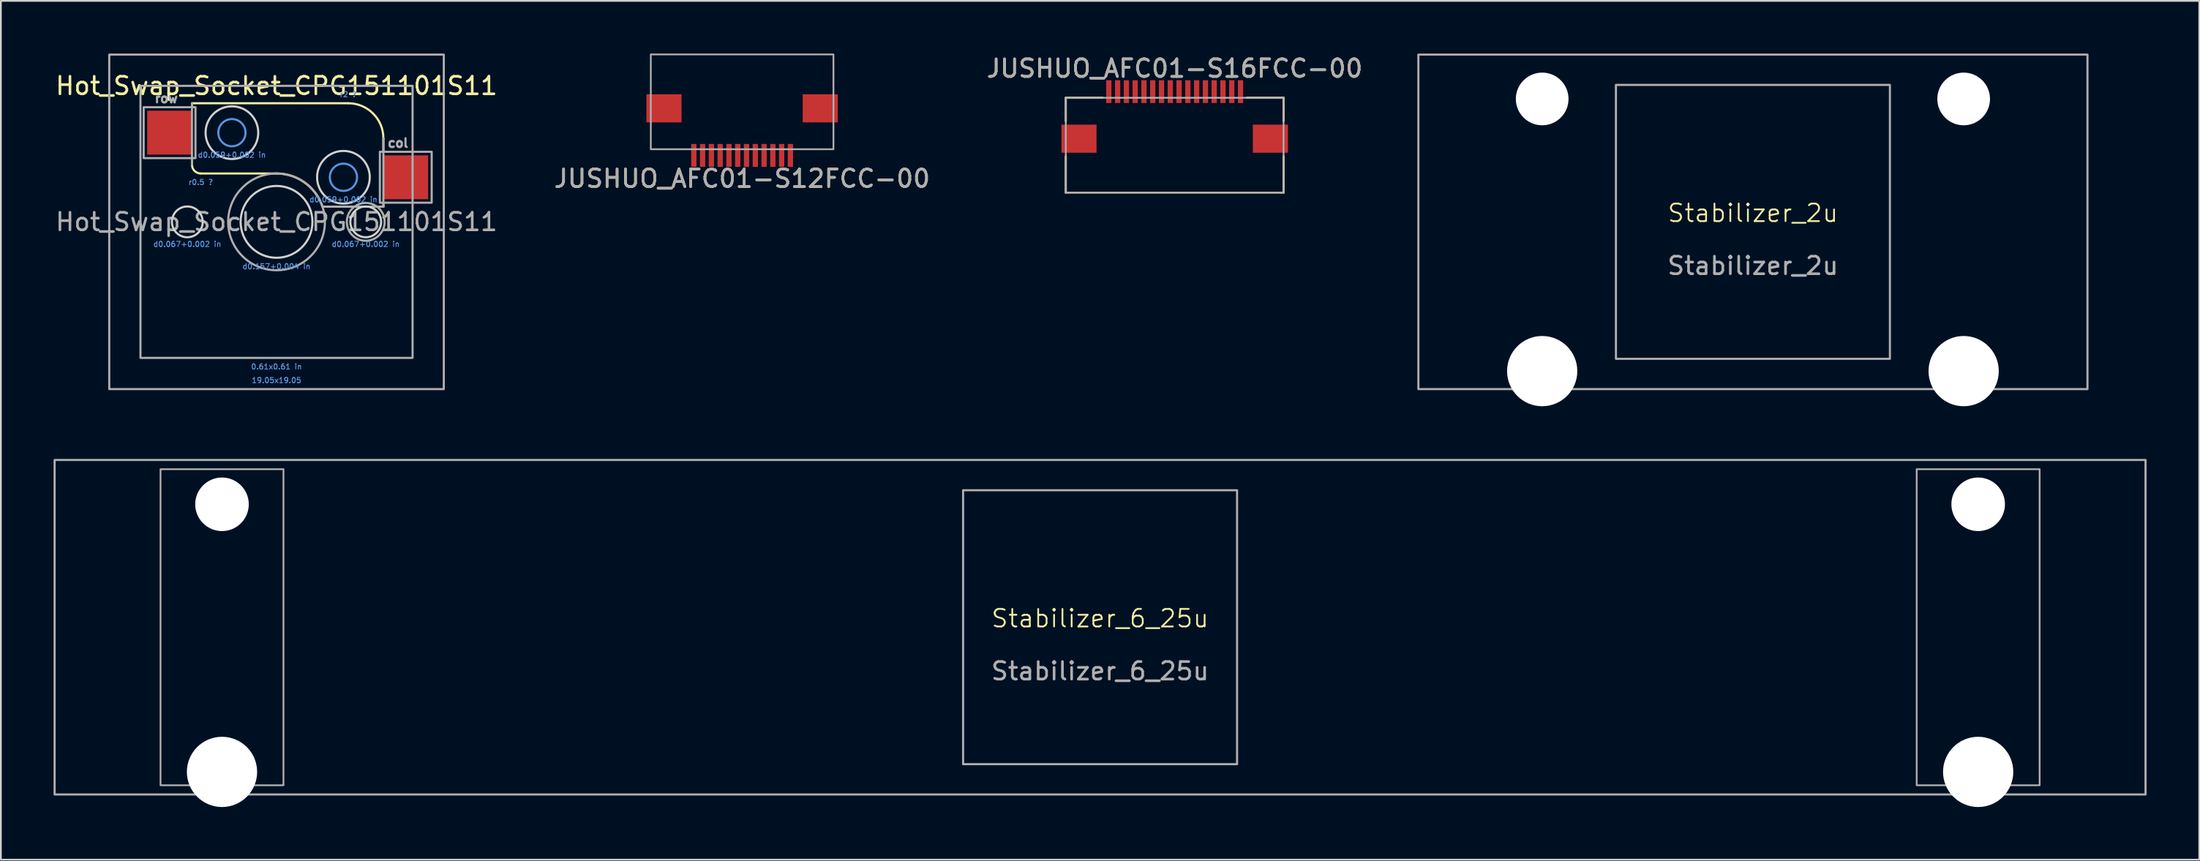
<source format=kicad_pcb>
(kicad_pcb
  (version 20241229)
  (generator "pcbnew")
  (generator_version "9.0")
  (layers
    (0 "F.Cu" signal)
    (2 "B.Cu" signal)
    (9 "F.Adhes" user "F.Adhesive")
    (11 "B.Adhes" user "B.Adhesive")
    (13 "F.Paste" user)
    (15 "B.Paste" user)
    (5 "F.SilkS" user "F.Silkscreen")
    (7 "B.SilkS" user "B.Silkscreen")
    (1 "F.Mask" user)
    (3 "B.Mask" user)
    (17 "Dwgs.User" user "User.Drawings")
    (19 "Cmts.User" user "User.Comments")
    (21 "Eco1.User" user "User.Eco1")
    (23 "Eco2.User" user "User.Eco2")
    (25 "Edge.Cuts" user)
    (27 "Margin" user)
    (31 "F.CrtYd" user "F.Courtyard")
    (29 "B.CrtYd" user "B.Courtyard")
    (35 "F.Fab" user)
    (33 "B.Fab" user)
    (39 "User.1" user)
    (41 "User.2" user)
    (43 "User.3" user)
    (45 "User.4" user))
  (footprint "Stabilizer_6_25u"
    (layer "F.Cu")
    (at 59.591 32.67)
    (property "Reference" "Stabilizer_6_25u" (at 0 -0.5 0) (unlocked yes) (layer "F.SilkS") (effects (font (size 1 1) (thickness 0.1))))
    (fp_rect (start -59.531 -9.525) (end 59.531 9.525) (stroke (width 0.12) (type solid)) (fill no) (layer "F.Fab"))
    (fp_rect (start -53.5 -9) (end -46.5 9) (stroke (width 0.1) (type default)) (fill no) (layer "F.Fab"))
    (fp_rect (start -7.8 -7.8) (end 7.8 7.8) (stroke (width 0.12) (type solid)) (fill no) (layer "F.Fab"))
    (fp_rect (start 46.5 -9) (end 53.5 9) (stroke (width 0.1) (type default)) (fill no) (layer "F.Fab"))
    (fp_text user "${REFERENCE}" (at 0 2.5 0) (unlocked yes) (layer "F.Fab") (effects (font (size 1 1) (thickness 0.15))))
    (pad "" np_thru_hole circle (at -50 -7) (size 3.05 3.05) (drill 3.2) (layers "*.Cu" "*.Mask"))
    (pad "" np_thru_hole circle (at -50 8.24) (size 4 4) (drill 4) (layers "*.Cu" "*.Mask"))
    (pad "" np_thru_hole circle (at 50 -7) (size 3.05 3.05) (drill 3.2) (layers "*.Cu" "*.Mask"))
    (pad "" np_thru_hole circle (at 50 8.24) (size 4 4) (drill 4) (layers "*.Cu" "*.Mask")))
  (footprint "JUSHUO_AFC01-S16FCC-00"
    (layer "F.Cu")
    (at 63.839 3.433)
    (property "Reference" "JUSHUO_AFC01-S16FCC-00" (at 0 -2.585 0) (unlocked yes) (layer "F.SilkS") (effects (font (size 1 1) (thickness 0.15))))
    (attr smd)
    (fp_line (start -6.2 -0.915) (end -6.2 0.415) (stroke (width 0.12) (type default)) (layer "F.SilkS"))
    (fp_line (start -6.2 2.415) (end -6.2 4.485) (stroke (width 0.12) (type default)) (layer "F.SilkS"))
    (fp_line (start -6.2 4.485) (end 6.2 4.485) (stroke (width 0.1) (type default)) (layer "F.SilkS"))
    (fp_line (start -4.1 -0.915) (end -6.2 -0.915) (stroke (width 0.12) (type default)) (layer "F.SilkS"))
    (fp_line (start 6.2 -0.915) (end 4.1 -0.915) (stroke (width 0.12) (type default)) (layer "F.SilkS"))
    (fp_line (start 6.2 -0.915) (end 6.2 0.415) (stroke (width 0.12) (type default)) (layer "F.SilkS"))
    (fp_line (start 6.2 2.415) (end 6.2 4.485) (stroke (width 0.12) (type default)) (layer "F.SilkS"))
    (fp_rect (start -6.2 -0.915) (end 6.2 4.485) (stroke (width 0.1) (type solid)) (fill no) (layer "F.Fab"))
    (fp_text user "${REFERENCE}" (at 0 -2.585 0) (unlocked yes) (layer "F.Fab") (effects (font (size 1 1) (thickness 0.15))))
    (pad "1" smd rect (at -3.75 -1.265) (size 0.3 1.3) (layers "F.Cu" "F.Mask" "F.Paste"))
    (pad "2" smd rect (at -3.25 -1.265) (size 0.3 1.3) (layers "F.Cu" "F.Mask" "F.Paste"))
    (pad "3" smd rect (at -2.75 -1.265) (size 0.3 1.3) (layers "F.Cu" "F.Mask" "F.Paste"))
    (pad "4" smd rect (at -2.25 -1.265) (size 0.3 1.3) (layers "F.Cu" "F.Mask" "F.Paste"))
    (pad "5" smd rect (at -1.75 -1.265) (size 0.3 1.3) (layers "F.Cu" "F.Mask" "F.Paste"))
    (pad "6" smd rect (at -1.25 -1.265) (size 0.3 1.3) (layers "F.Cu" "F.Mask" "F.Paste"))
    (pad "7" smd rect (at -0.75 -1.265) (size 0.3 1.3) (layers "F.Cu" "F.Mask" "F.Paste"))
    (pad "8" smd rect (at -0.25 -1.265) (size 0.3 1.3) (layers "F.Cu" "F.Mask" "F.Paste"))
    (pad "9" smd rect (at 0.25 -1.265) (size 0.3 1.3) (layers "F.Cu" "F.Mask" "F.Paste"))
    (pad "10" smd rect (at 0.75 -1.265) (size 0.3 1.3) (layers "F.Cu" "F.Mask" "F.Paste"))
    (pad "11" smd rect (at 1.25 -1.265) (size 0.3 1.3) (layers "F.Cu" "F.Mask" "F.Paste"))
    (pad "12" smd rect (at 1.75 -1.265) (size 0.3 1.3) (layers "F.Cu" "F.Mask" "F.Paste"))
    (pad "13" smd rect (at 2.25 -1.265) (size 0.3 1.3) (layers "F.Cu" "F.Mask" "F.Paste"))
    (pad "14" smd rect (at 2.75 -1.265) (size 0.3 1.3) (layers "F.Cu" "F.Mask" "F.Paste"))
    (pad "15" smd rect (at 3.25 -1.265) (size 0.3 1.3) (layers "F.Cu" "F.Mask" "F.Paste"))
    (pad "16" smd rect (at 3.75 -1.265) (size 0.3 1.3) (layers "F.Cu" "F.Mask" "F.Paste"))
    (pad "MP" smd rect (at -5.45 1.415) (size 2 1.6) (layers "F.Cu" "F.Mask" "F.Paste"))
    (pad "MP" smd rect (at 5.45 1.415) (size 2 1.6) (layers "F.Cu" "F.Mask" "F.Paste")))
  (footprint "Hot_Swap_Socket_CPG151101S11"
    (layer "F.Cu")
    (at 12.696 9.585)
    (property "Reference" "Hot_Swap_Socket_CPG151101S11" (at 0 -7.747 0) (unlocked yes) (layer "F.SilkS") (effects (font (size 1 1) (thickness 0.15))))
    (attr smd)
    (fp_line (start -4.815 -6.755) (end -4.815 -6.53) (stroke (width 0.12) (type solid)) (layer "F.SilkS"))
    (fp_line (start -4.815 -3.63) (end -4.815 -3.255) (stroke (width 0.12) (type solid)) (layer "F.SilkS"))
    (fp_line (start -4.315 -2.755) (end 0 -2.755) (stroke (width 0.12) (type solid)) (layer "F.SilkS"))
    (fp_line (start 2.616 -0.865) (end 4.439 -0.865) (stroke (width 0.12) (type solid)) (layer "F.SilkS"))
    (fp_line (start 4.085 -6.755) (end -4.815 -6.755) (stroke (width 0.12) (type solid)) (layer "F.SilkS"))
    (fp_line (start 6.085 -4.755) (end 6.085 -3.99) (stroke (width 0.12) (type solid)) (layer "F.SilkS"))
    (fp_line (start 6.085 -1.09) (end 6.085 -0.865) (stroke (width 0.12) (type solid)) (layer "F.SilkS"))
    (fp_line (start 6.085 -0.865) (end 5.721 -0.865) (stroke (width 0.12) (type solid)) (layer "F.SilkS"))
    (fp_arc (start -4.315 -2.755) (mid -4.668553 -2.901447) (end -4.815 -3.255) (stroke (width 0.12) (type solid)) (layer "F.SilkS"))
    (fp_arc (start 0 -2.755) (mid 1.613555 -2.23301) (end 2.615715 -0.864906) (stroke (width 0.12) (type solid)) (layer "F.SilkS"))
    (fp_arc (start 4.085 -6.755) (mid 5.499214 -6.169214) (end 6.085 -4.755) (stroke (width 0.12) (type solid)) (layer "F.SilkS"))
    (fp_circle (center -2.54 -5.08) (end -1.765 -5.08) (stroke (width 0.12) (type solid)) (fill no) (layer "Cmts.User"))
    (fp_circle (center 3.81 -2.54) (end 4.585 -2.54) (stroke (width 0.12) (type solid)) (fill no) (layer "Cmts.User"))
    (fp_circle (center -5.08 0) (end -4.204 0) (stroke (width 0.12) (type solid)) (fill no) (layer "Edge.Cuts"))
    (fp_circle (center -2.54 -5.08) (end -1.04 -5.08) (stroke (width 0.12) (type solid)) (fill no) (layer "Edge.Cuts"))
    (fp_circle (center 0 0) (end 2.045 0) (stroke (width 0.12) (type solid)) (fill no) (layer "Edge.Cuts"))
    (fp_circle (center 3.81 -2.54) (end 5.31 -2.54) (stroke (width 0.12) (type solid)) (fill no) (layer "Edge.Cuts"))
    (fp_circle (center 5.08 0) (end 5.956 0) (stroke (width 0.12) (type solid)) (fill no) (layer "Edge.Cuts"))
    (fp_line (start -4.815 -3.255) (end -4.815 -6.755) (stroke (width 0.12) (type solid)) (layer "F.Fab"))
    (fp_line (start 6.085 -4.755) (end 6.085 -0.865) (stroke (width 0.12) (type solid)) (layer "F.Fab"))
    (fp_line (start 6.085 -0.865) (end 2.616 -0.865) (stroke (width 0.12) (type solid)) (layer "F.Fab"))
    (fp_rect (start -9.525 -9.525) (end 9.525 9.525) (stroke (width 0.12) (type solid)) (fill no) (layer "F.Fab"))
    (fp_rect (start -7.747 -7.747) (end 7.747 7.747) (stroke (width 0.12) (type solid)) (fill no) (layer "F.Fab"))
    (fp_rect (start -7.565 -6.53) (end -4.615 -3.63) (stroke (width 0.12) (type solid)) (fill no) (layer "F.Fab"))
    (fp_rect (start 5.885 -3.99) (end 8.835 -1.09) (stroke (width 0.12) (type solid)) (fill no) (layer "F.Fab"))
    (fp_circle (center 0 0) (end 2.755 0) (stroke (width 0.12) (type solid)) (fill no) (layer "F.Fab"))
    (fp_circle (center 5.08 0) (end 6.157 0) (stroke (width 0.12) (type solid)) (fill no) (layer "F.Fab"))
    (fp_text user "d0.059+0.002 in" (at 3.81 -1.27 0) (unlocked yes) (layer "Cmts.User") (effects (font (size 0.3 0.3) (thickness 0.05))))
    (fp_text user "d0.157+0.004 in" (at 0 2.54 0) (unlocked yes) (layer "Cmts.User") (effects (font (size 0.3 0.3) (thickness 0.05))))
    (fp_text user "d0.067+0.002 in" (at -5.08 1.27 0) (unlocked yes) (layer "Cmts.User") (effects (font (size 0.3 0.3) (thickness 0.05))))
    (fp_text user "d0.059+0.002 in" (at -2.54 -3.81 0) (unlocked yes) (layer "Cmts.User") (effects (font (size 0.3 0.3) (thickness 0.05))))
    (fp_text user "19.05x19.05" (at 0 9.025 0) (unlocked yes) (layer "Cmts.User") (effects (font (size 0.3 0.3) (thickness 0.05))))
    (fp_text user "r0.5 ?" (at -4.315 -2.255 0) (unlocked yes) (layer "Cmts.User") (effects (font (size 0.3 0.3) (thickness 0.05))))
    (fp_text user "0.61x0.61 in" (at 0 8.247 0) (unlocked yes) (layer "Cmts.User") (effects (font (size 0.3 0.3) (thickness 0.05))))
    (fp_text user "r2 ?" (at 4.085 -7.255 0) (unlocked yes) (layer "Cmts.User") (effects (font (size 0.3 0.3) (thickness 0.05))))
    (fp_text user "d0.067+0.002 in" (at 5.08 1.27 0) (unlocked yes) (layer "Cmts.User") (effects (font (size 0.3 0.3) (thickness 0.05))))
    (fp_text user "col" (at 6.916 -4.49 0) (unlocked yes) (layer "F.Fab") (effects (font (size 0.5 0.5) (thickness 0.12))))
    (fp_text user "${REFERENCE}" (at 0 0 0) (unlocked yes) (layer "F.Fab") (effects (font (size 1 1) (thickness 0.15))))
    (fp_text user "row" (at -6.281 -7.03 0) (unlocked yes) (layer "F.Fab") (effects (font (size 0.5 0.5) (thickness 0.12))))
    (pad "1" smd rect (at -6.09 -5.08) (size 2.55 2.5) (layers "F.Cu" "F.Mask" "F.Paste"))
    (pad "2" smd rect (at 7.36 -2.54) (size 2.55 2.5) (layers "F.Cu" "F.Mask" "F.Paste")))
  (footprint "JUSHUO_AFC01-S12FCC-00"
    (layer "F.Cu")
    (at 39.208 4.535)
    (property "Reference" "JUSHUO_AFC01-S12FCC-00" (at 0 2.585 0) (unlocked yes) (layer "F.SilkS") (effects (font (size 1 1) (thickness 0.15))))
    (attr smd)
    (fp_rect (start 5.2 0.915) (end -5.2 -4.485) (stroke (width 0.1) (type solid)) (fill no) (layer "F.Fab"))
    (fp_text user "${REFERENCE}" (at 0 2.585 0) (unlocked yes) (layer "F.Fab") (effects (font (size 1 1) (thickness 0.15))))
    (pad "1" smd rect (at 2.75 1.265 180) (size 0.3 1.3) (layers "F.Cu" "F.Mask" "F.Paste"))
    (pad "2" smd rect (at 2.25 1.265 180) (size 0.3 1.3) (layers "F.Cu" "F.Mask" "F.Paste"))
    (pad "3" smd rect (at 1.75 1.265 180) (size 0.3 1.3) (layers "F.Cu" "F.Mask" "F.Paste"))
    (pad "4" smd rect (at 1.25 1.265 180) (size 0.3 1.3) (layers "F.Cu" "F.Mask" "F.Paste"))
    (pad "5" smd rect (at 0.75 1.265 180) (size 0.3 1.3) (layers "F.Cu" "F.Mask" "F.Paste"))
    (pad "6" smd rect (at 0.25 1.265 180) (size 0.3 1.3) (layers "F.Cu" "F.Mask" "F.Paste"))
    (pad "7" smd rect (at -0.25 1.265 180) (size 0.3 1.3) (layers "F.Cu" "F.Mask" "F.Paste"))
    (pad "8" smd rect (at -0.75 1.265 180) (size 0.3 1.3) (layers "F.Cu" "F.Mask" "F.Paste"))
    (pad "9" smd rect (at -1.25 1.265 180) (size 0.3 1.3) (layers "F.Cu" "F.Mask" "F.Paste"))
    (pad "10" smd rect (at -1.75 1.265 180) (size 0.3 1.3) (layers "F.Cu" "F.Mask" "F.Paste"))
    (pad "11" smd rect (at -2.25 1.265 180) (size 0.3 1.3) (layers "F.Cu" "F.Mask" "F.Paste"))
    (pad "12" smd rect (at -2.75 1.265 180) (size 0.3 1.3) (layers "F.Cu" "F.Mask" "F.Paste"))
    (pad "MP" smd rect (at -4.45 -1.415 180) (size 2 1.6) (layers "F.Cu" "F.Mask" "F.Paste"))
    (pad "MP" smd rect (at 4.45 -1.415 180) (size 2 1.6) (layers "F.Cu" "F.Mask" "F.Paste")))
  (footprint "Stabilizer_2u"
    (layer "F.Cu")
    (at 96.765 9.585)
    (property "Reference" "Stabilizer_2u" (at 0 -0.5 0) (unlocked yes) (layer "F.SilkS") (effects (font (size 1 1) (thickness 0.1))))
    (fp_rect (start -19.05 -9.525) (end 19.05 9.525) (stroke (width 0.12) (type solid)) (fill no) (layer "F.Fab"))
    (fp_rect (start -7.8 -7.8) (end 7.8 7.8) (stroke (width 0.12) (type solid)) (fill no) (layer "F.Fab"))
    (fp_text user "${REFERENCE}" (at 0 2.5 0) (unlocked yes) (layer "F.Fab") (effects (font (size 1 1) (thickness 0.15))))
    (pad "" np_thru_hole circle (at -12 -7) (size 3 3) (drill 3) (layers "*.Cu" "*.Mask"))
    (pad "" np_thru_hole circle (at -12 8.5) (size 4 4) (drill 4) (layers "*.Cu" "*.Mask"))
    (pad "" np_thru_hole circle (at 12 -7) (size 3 3) (drill 3) (layers "*.Cu" "*.Mask"))
    (pad "" np_thru_hole circle (at 12 8.5) (size 4 4) (drill 4) (layers "*.Cu" "*.Mask")))
  (gr_rect
    (start -3 -3)
    (end 122.183 45.91)
    (stroke (width 0.1) (type default))
    (fill no)
    (layer "Edge.Cuts")))
</source>
